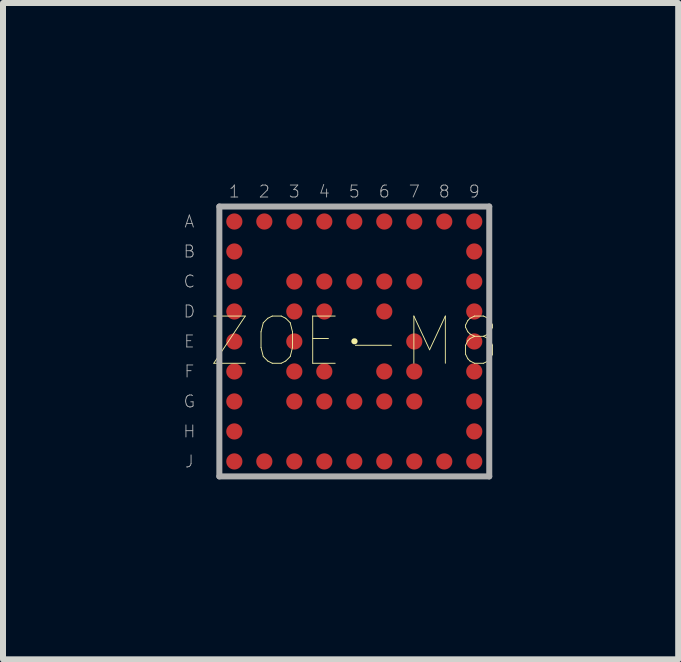
<source format=kicad_pcb>
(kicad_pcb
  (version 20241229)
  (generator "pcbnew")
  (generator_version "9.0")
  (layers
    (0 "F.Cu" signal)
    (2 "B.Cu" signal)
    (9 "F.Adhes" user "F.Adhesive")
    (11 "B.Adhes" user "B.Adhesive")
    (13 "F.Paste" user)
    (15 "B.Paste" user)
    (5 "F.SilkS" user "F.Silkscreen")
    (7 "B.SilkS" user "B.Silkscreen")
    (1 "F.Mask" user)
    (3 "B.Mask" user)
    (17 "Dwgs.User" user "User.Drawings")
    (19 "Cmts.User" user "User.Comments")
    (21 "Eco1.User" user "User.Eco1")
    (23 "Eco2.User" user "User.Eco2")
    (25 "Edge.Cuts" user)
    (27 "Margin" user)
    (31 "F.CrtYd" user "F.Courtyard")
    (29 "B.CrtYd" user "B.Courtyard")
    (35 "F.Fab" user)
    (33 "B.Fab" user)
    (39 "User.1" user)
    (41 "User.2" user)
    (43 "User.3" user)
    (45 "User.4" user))
  (footprint "ZOE-M8"
    (layer "F.Cu")
    (at 2.857 2.643)
    (property "Reference" "ZOE-M8" (at 0 0 0) (layer "F.SilkS") (effects (font (size 0.787 0.787) (thickness 0.015))))
    (attr through_hole)
    (fp_circle (center -2 -2) (end -1.815 -2) (stroke (width 0.1) (type solid)) (fill no) (layer "F.Mask"))
    (fp_circle (center -2 -1.5) (end -1.815 -1.5) (stroke (width 0.1) (type solid)) (fill no) (layer "F.Mask"))
    (fp_circle (center -2 -1) (end -1.815 -1) (stroke (width 0.1) (type solid)) (fill no) (layer "F.Mask"))
    (fp_circle (center -2 -0.5) (end -1.815 -0.5) (stroke (width 0.1) (type solid)) (fill no) (layer "F.Mask"))
    (fp_circle (center -2 0) (end -1.815 0) (stroke (width 0.1) (type solid)) (fill no) (layer "F.Mask"))
    (fp_circle (center -2 0.5) (end -1.815 0.5) (stroke (width 0.1) (type solid)) (fill no) (layer "F.Mask"))
    (fp_circle (center -2 1) (end -1.815 1) (stroke (width 0.1) (type solid)) (fill no) (layer "F.Mask"))
    (fp_circle (center -2 1.5) (end -1.815 1.5) (stroke (width 0.1) (type solid)) (fill no) (layer "F.Mask"))
    (fp_circle (center -2 2) (end -1.815 2) (stroke (width 0.1) (type solid)) (fill no) (layer "F.Mask"))
    (fp_circle (center -1.5 -2) (end -1.315 -2) (stroke (width 0.1) (type solid)) (fill no) (layer "F.Mask"))
    (fp_circle (center -1.5 2) (end -1.315 2) (stroke (width 0.1) (type solid)) (fill no) (layer "F.Mask"))
    (fp_circle (center -1 -2) (end -0.815 -2) (stroke (width 0.1) (type solid)) (fill no) (layer "F.Mask"))
    (fp_circle (center -1 -1) (end -0.815 -1) (stroke (width 0.1) (type solid)) (fill no) (layer "F.Mask"))
    (fp_circle (center -1 -0.5) (end -0.815 -0.5) (stroke (width 0.1) (type solid)) (fill no) (layer "F.Mask"))
    (fp_circle (center -1 0) (end -0.815 0) (stroke (width 0.1) (type solid)) (fill no) (layer "F.Mask"))
    (fp_circle (center -1 0.5) (end -0.815 0.5) (stroke (width 0.1) (type solid)) (fill no) (layer "F.Mask"))
    (fp_circle (center -1 1) (end -0.815 1) (stroke (width 0.1) (type solid)) (fill no) (layer "F.Mask"))
    (fp_circle (center -1 2) (end -0.815 2) (stroke (width 0.1) (type solid)) (fill no) (layer "F.Mask"))
    (fp_circle (center -0.5 -2) (end -0.315 -2) (stroke (width 0.1) (type solid)) (fill no) (layer "F.Mask"))
    (fp_circle (center -0.5 -1) (end -0.315 -1) (stroke (width 0.1) (type solid)) (fill no) (layer "F.Mask"))
    (fp_circle (center -0.5 -0.5) (end -0.315 -0.5) (stroke (width 0.1) (type solid)) (fill no) (layer "F.Mask"))
    (fp_circle (center -0.5 0.5) (end -0.315 0.5) (stroke (width 0.1) (type solid)) (fill no) (layer "F.Mask"))
    (fp_circle (center -0.5 1) (end -0.315 1) (stroke (width 0.1) (type solid)) (fill no) (layer "F.Mask"))
    (fp_circle (center -0.5 2) (end -0.315 2) (stroke (width 0.1) (type solid)) (fill no) (layer "F.Mask"))
    (fp_circle (center 0 -2) (end 0.185 -2) (stroke (width 0.1) (type solid)) (fill no) (layer "F.Mask"))
    (fp_circle (center 0 -1) (end 0.185 -1) (stroke (width 0.1) (type solid)) (fill no) (layer "F.Mask"))
    (fp_circle (center 0 1) (end 0.185 1) (stroke (width 0.1) (type solid)) (fill no) (layer "F.Mask"))
    (fp_circle (center 0 2) (end 0.185 2) (stroke (width 0.1) (type solid)) (fill no) (layer "F.Mask"))
    (fp_circle (center 0.5 -2) (end 0.685 -2) (stroke (width 0.1) (type solid)) (fill no) (layer "F.Mask"))
    (fp_circle (center 0.5 -1) (end 0.685 -1) (stroke (width 0.1) (type solid)) (fill no) (layer "F.Mask"))
    (fp_circle (center 0.5 -0.5) (end 0.685 -0.5) (stroke (width 0.1) (type solid)) (fill no) (layer "F.Mask"))
    (fp_circle (center 0.5 0.5) (end 0.685 0.5) (stroke (width 0.1) (type solid)) (fill no) (layer "F.Mask"))
    (fp_circle (center 0.5 1) (end 0.685 1) (stroke (width 0.1) (type solid)) (fill no) (layer "F.Mask"))
    (fp_circle (center 0.5 2) (end 0.685 2) (stroke (width 0.1) (type solid)) (fill no) (layer "F.Mask"))
    (fp_circle (center 1 -2) (end 1.185 -2) (stroke (width 0.1) (type solid)) (fill no) (layer "F.Mask"))
    (fp_circle (center 1 -1) (end 1.185 -1) (stroke (width 0.1) (type solid)) (fill no) (layer "F.Mask"))
    (fp_circle (center 1 0) (end 1.185 0) (stroke (width 0.1) (type solid)) (fill no) (layer "F.Mask"))
    (fp_circle (center 1 0.5) (end 1.185 0.5) (stroke (width 0.1) (type solid)) (fill no) (layer "F.Mask"))
    (fp_circle (center 1 1) (end 1.185 1) (stroke (width 0.1) (type solid)) (fill no) (layer "F.Mask"))
    (fp_circle (center 1 2) (end 1.185 2) (stroke (width 0.1) (type solid)) (fill no) (layer "F.Mask"))
    (fp_circle (center 1.5 -2) (end 1.685 -2) (stroke (width 0.1) (type solid)) (fill no) (layer "F.Mask"))
    (fp_circle (center 1.5 2) (end 1.685 2) (stroke (width 0.1) (type solid)) (fill no) (layer "F.Mask"))
    (fp_circle (center 2 -2) (end 2.185 -2) (stroke (width 0.1) (type solid)) (fill no) (layer "F.Mask"))
    (fp_circle (center 2 -1.5) (end 2.185 -1.5) (stroke (width 0.1) (type solid)) (fill no) (layer "F.Mask"))
    (fp_circle (center 2 -1) (end 2.185 -1) (stroke (width 0.1) (type solid)) (fill no) (layer "F.Mask"))
    (fp_circle (center 2 -0.5) (end 2.185 -0.5) (stroke (width 0.1) (type solid)) (fill no) (layer "F.Mask"))
    (fp_circle (center 2 0) (end 2.185 0) (stroke (width 0.1) (type solid)) (fill no) (layer "F.Mask"))
    (fp_circle (center 2 0.5) (end 2.185 0.5) (stroke (width 0.1) (type solid)) (fill no) (layer "F.Mask"))
    (fp_circle (center 2 1) (end 2.185 1) (stroke (width 0.1) (type solid)) (fill no) (layer "F.Mask"))
    (fp_circle (center 2 1.5) (end 2.185 1.5) (stroke (width 0.1) (type solid)) (fill no) (layer "F.Mask"))
    (fp_circle (center 2 2) (end 2.185 2) (stroke (width 0.1) (type solid)) (fill no) (layer "F.Mask"))
    (fp_line (start 0 -0.003) (end 0.005 -0.003) (stroke (width 0.1) (type solid)) (layer "F.SilkS"))
    (fp_line (start -2.25 -2.25) (end -2.25 2.25) (stroke (width 0.1) (type solid)) (layer "F.Fab"))
    (fp_line (start -2.25 2.25) (end 2.25 2.25) (stroke (width 0.1) (type solid)) (layer "F.Fab"))
    (fp_line (start 2.25 -2.25) (end -2.25 -2.25) (stroke (width 0.1) (type solid)) (layer "F.Fab"))
    (fp_line (start 2.25 2.25) (end 2.25 -2.25) (stroke (width 0.1) (type solid)) (layer "F.Fab"))
    (fp_text user "9" (at 2 -2.5 0) (layer "F.Fab") (effects (font (size 0.2 0.2) (thickness 0.015))))
    (fp_text user "H" (at -2.75 1.5 0) (layer "F.Fab") (effects (font (size 0.2 0.2) (thickness 0.015))))
    (fp_text user "4" (at -0.5 -2.5 0) (layer "F.Fab") (effects (font (size 0.2 0.2) (thickness 0.015))))
    (fp_text user "2" (at -1.5 -2.5 0) (layer "F.Fab") (effects (font (size 0.2 0.2) (thickness 0.015))))
    (fp_text user "7" (at 1 -2.5 0) (layer "F.Fab") (effects (font (size 0.2 0.2) (thickness 0.015))))
    (fp_text user "F" (at -2.75 0.5 0) (layer "F.Fab") (effects (font (size 0.2 0.2) (thickness 0.015))))
    (fp_text user "D" (at -2.75 -0.5 0) (layer "F.Fab") (effects (font (size 0.2 0.2) (thickness 0.015))))
    (fp_text user "G" (at -2.75 1 0) (layer "F.Fab") (effects (font (size 0.2 0.2) (thickness 0.015))))
    (fp_text user "E" (at -2.75 0 0) (layer "F.Fab") (effects (font (size 0.2 0.2) (thickness 0.015))))
    (fp_text user "1" (at -2 -2.5 0) (layer "F.Fab") (effects (font (size 0.2 0.2) (thickness 0.015))))
    (fp_text user "8" (at 1.5 -2.5 0) (layer "F.Fab") (effects (font (size 0.2 0.2) (thickness 0.015))))
    (fp_text user "J" (at -2.75 2 0) (layer "F.Fab") (effects (font (size 0.2 0.2) (thickness 0.015))))
    (fp_text user "6" (at 0.5 -2.5 0) (layer "F.Fab") (effects (font (size 0.2 0.2) (thickness 0.015))))
    (fp_text user "C" (at -2.75 -1 0) (layer "F.Fab") (effects (font (size 0.2 0.2) (thickness 0.015))))
    (fp_text user "A" (at -2.75 -2 0) (layer "F.Fab") (effects (font (size 0.2 0.2) (thickness 0.015))))
    (fp_text user "3" (at -1 -2.5 0) (layer "F.Fab") (effects (font (size 0.2 0.2) (thickness 0.015))))
    (fp_text user "5" (at 0 -2.5 0) (layer "F.Fab") (effects (font (size 0.2 0.2) (thickness 0.015))))
    (fp_text user "B" (at -2.75 -1.5 0) (layer "F.Fab") (effects (font (size 0.2 0.2) (thickness 0.015))))
    (pad "P$2E1" smd circle (at -2 0) (size 0.27 0.27) (layers "F.Cu" "F.Paste"))
    (pad "P$A1" smd circle (at -2 -2) (size 0.27 0.27) (layers "F.Cu" "F.Paste"))
    (pad "P$A2" smd circle (at -1.5 -2) (size 0.27 0.27) (layers "F.Cu" "F.Paste"))
    (pad "P$A3" smd circle (at -1 -2) (size 0.27 0.27) (layers "F.Cu" "F.Paste"))
    (pad "P$A4" smd circle (at -0.5 -2) (size 0.27 0.27) (layers "F.Cu" "F.Paste"))
    (pad "P$A5" smd circle (at 0 -2) (size 0.27 0.27) (layers "F.Cu" "F.Paste"))
    (pad "P$A6" smd circle (at 0.5 -2) (size 0.27 0.27) (layers "F.Cu" "F.Paste"))
    (pad "P$A7" smd circle (at 1 -2) (size 0.27 0.27) (layers "F.Cu" "F.Paste"))
    (pad "P$A8" smd circle (at 1.5 -2) (size 0.27 0.27) (layers "F.Cu" "F.Paste"))
    (pad "P$A9" smd circle (at 2 -2) (size 0.27 0.27) (layers "F.Cu" "F.Paste"))
    (pad "P$B1" smd circle (at -2 -1.5) (size 0.27 0.27) (layers "F.Cu" "F.Paste"))
    (pad "P$B9" smd circle (at 2 -1.5) (size 0.27 0.27) (layers "F.Cu" "F.Paste"))
    (pad "P$C1" smd circle (at -2 -1) (size 0.27 0.27) (layers "F.Cu" "F.Paste"))
    (pad "P$C3" smd circle (at -1 -1) (size 0.27 0.27) (layers "F.Cu" "F.Paste"))
    (pad "P$C4" smd circle (at -0.5 -1) (size 0.27 0.27) (layers "F.Cu" "F.Paste"))
    (pad "P$C5" smd circle (at 0 -1) (size 0.27 0.27) (layers "F.Cu" "F.Paste"))
    (pad "P$C6" smd circle (at 0.5 -1) (size 0.27 0.27) (layers "F.Cu" "F.Paste"))
    (pad "P$C7" smd circle (at 1 -1) (size 0.27 0.27) (layers "F.Cu" "F.Paste"))
    (pad "P$C9" smd circle (at 2 -1) (size 0.27 0.27) (layers "F.Cu" "F.Paste"))
    (pad "P$D1" smd circle (at -2 -0.5) (size 0.27 0.27) (layers "F.Cu" "F.Paste"))
    (pad "P$D3" smd circle (at -1 -0.5) (size 0.27 0.27) (layers "F.Cu" "F.Paste"))
    (pad "P$D4" smd circle (at -0.5 -0.5) (size 0.27 0.27) (layers "F.Cu" "F.Paste"))
    (pad "P$D6" smd circle (at 0.5 -0.5) (size 0.27 0.27) (layers "F.Cu" "F.Paste"))
    (pad "P$D9" smd circle (at 2 -0.5) (size 0.27 0.27) (layers "F.Cu" "F.Paste"))
    (pad "P$E3" smd circle (at -1 0) (size 0.27 0.27) (layers "F.Cu" "F.Paste"))
    (pad "P$E7" smd circle (at 1 0) (size 0.27 0.27) (layers "F.Cu" "F.Paste"))
    (pad "P$E9" smd circle (at 2 0) (size 0.27 0.27) (layers "F.Cu" "F.Paste"))
    (pad "P$F1" smd circle (at -2 0.5) (size 0.27 0.27) (layers "F.Cu" "F.Paste"))
    (pad "P$F3" smd circle (at -1 0.5) (size 0.27 0.27) (layers "F.Cu" "F.Paste"))
    (pad "P$F4" smd circle (at -0.5 0.5) (size 0.27 0.27) (layers "F.Cu" "F.Paste"))
    (pad "P$F6" smd circle (at 0.5 0.5) (size 0.27 0.27) (layers "F.Cu" "F.Paste"))
    (pad "P$F7" smd circle (at 1 0.5) (size 0.27 0.27) (layers "F.Cu" "F.Paste"))
    (pad "P$F9" smd circle (at 2 0.5) (size 0.27 0.27) (layers "F.Cu" "F.Paste"))
    (pad "P$G1" smd circle (at -2 1) (size 0.27 0.27) (layers "F.Cu" "F.Paste"))
    (pad "P$G3" smd circle (at -1 1) (size 0.27 0.27) (layers "F.Cu" "F.Paste"))
    (pad "P$G4" smd circle (at -0.5 1) (size 0.27 0.27) (layers "F.Cu" "F.Paste"))
    (pad "P$G5" smd circle (at 0 1) (size 0.27 0.27) (layers "F.Cu" "F.Paste"))
    (pad "P$G6" smd circle (at 0.5 1) (size 0.27 0.27) (layers "F.Cu" "F.Paste"))
    (pad "P$G7" smd circle (at 1 1) (size 0.27 0.27) (layers "F.Cu" "F.Paste"))
    (pad "P$G9" smd circle (at 2 1) (size 0.27 0.27) (layers "F.Cu" "F.Paste"))
    (pad "P$H1" smd circle (at -2 1.5) (size 0.27 0.27) (layers "F.Cu" "F.Paste"))
    (pad "P$H9" smd circle (at 2 1.5) (size 0.27 0.27) (layers "F.Cu" "F.Paste"))
    (pad "P$J1" smd circle (at -2 2) (size 0.27 0.27) (layers "F.Cu" "F.Paste"))
    (pad "P$J2" smd circle (at -1.5 2) (size 0.27 0.27) (layers "F.Cu" "F.Paste"))
    (pad "P$J3" smd circle (at -1 2) (size 0.27 0.27) (layers "F.Cu" "F.Paste"))
    (pad "P$J4" smd circle (at -0.5 2) (size 0.27 0.27) (layers "F.Cu" "F.Paste"))
    (pad "P$J5" smd circle (at 0 2) (size 0.27 0.27) (layers "F.Cu" "F.Paste"))
    (pad "P$J6" smd circle (at 0.5 2) (size 0.27 0.27) (layers "F.Cu" "F.Paste"))
    (pad "P$J7" smd circle (at 1 2) (size 0.27 0.27) (layers "F.Cu" "F.Paste"))
    (pad "P$J8" smd circle (at 1.5 2) (size 0.27 0.27) (layers "F.Cu" "F.Paste"))
    (pad "P$J9" smd circle (at 2 2) (size 0.27 0.27) (layers "F.Cu" "F.Paste")))
  (gr_rect
    (start -3 -3)
    (end 8.257 7.943)
    (stroke (width 0.1) (type default))
    (fill no)
    (layer "Edge.Cuts")))
</source>
